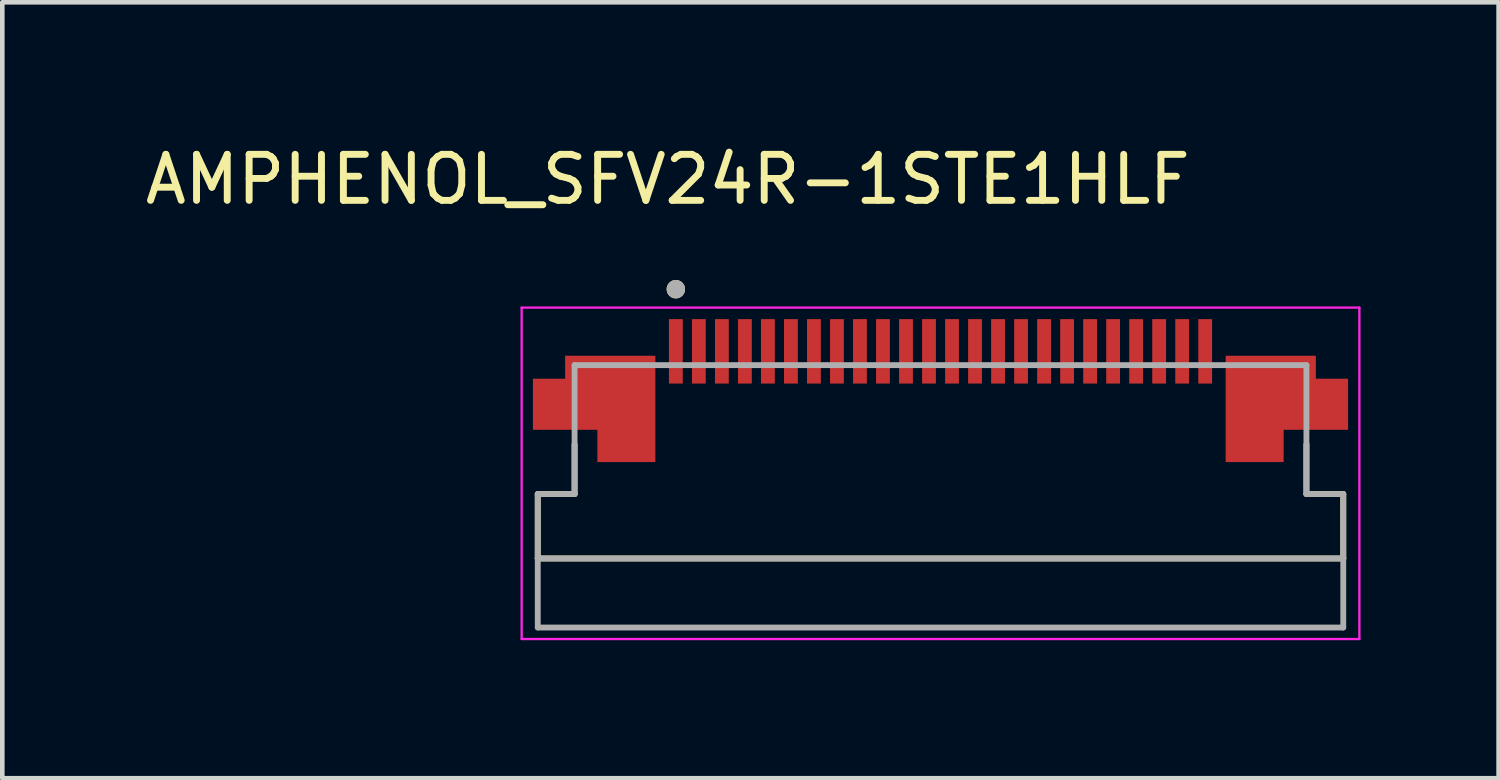
<source format=kicad_pcb>
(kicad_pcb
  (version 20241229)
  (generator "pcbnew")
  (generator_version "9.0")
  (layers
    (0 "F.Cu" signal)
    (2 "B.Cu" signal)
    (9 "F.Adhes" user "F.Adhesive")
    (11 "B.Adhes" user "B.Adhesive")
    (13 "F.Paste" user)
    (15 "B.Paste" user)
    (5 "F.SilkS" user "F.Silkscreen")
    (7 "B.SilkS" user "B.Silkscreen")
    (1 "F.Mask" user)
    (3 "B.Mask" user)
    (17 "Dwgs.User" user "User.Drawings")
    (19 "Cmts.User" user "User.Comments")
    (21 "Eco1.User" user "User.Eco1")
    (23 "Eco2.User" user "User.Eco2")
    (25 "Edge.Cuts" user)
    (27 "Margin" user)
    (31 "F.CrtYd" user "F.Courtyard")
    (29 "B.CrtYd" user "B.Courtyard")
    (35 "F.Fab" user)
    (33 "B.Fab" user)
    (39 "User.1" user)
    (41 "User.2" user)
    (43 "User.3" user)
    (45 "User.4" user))
  (footprint "AMPHENOL_SFV24R-1STE1HLF"
    (layer "F.Cu")
    (at 17.383 6.983)
    (property "Reference" "AMPHENOL_SFV24R-1STE1HLF" (at -5.925 -6.135 0) (layer "F.SilkS") (effects (font (size 1 1) (thickness 0.15))))
    (attr smd)
    (fp_poly (pts (xy -8.25 -2.4) (xy -6.1 -2.4) (xy -6.1 0.1) (xy -7.55 0.1) (xy -7.55 -0.6) (xy -8.95 -0.6) (xy -8.95 -1.9) (xy -8.25 -1.9)) (stroke (width 0.01) (type solid)) (fill yes) (layer "F.Mask"))
    (fp_poly (pts (xy 8.25 -2.4) (xy 6.1 -2.4) (xy 6.1 0.1) (xy 7.55 0.1) (xy 7.55 -0.6) (xy 8.95 -0.6) (xy 8.95 -1.9) (xy 8.25 -1.9)) (stroke (width 0.01) (type solid)) (fill yes) (layer "F.Mask"))
    (fp_line (start -8.75 0.7) (end -8.75 2.1) (stroke (width 0.127) (type solid)) (layer "F.SilkS"))
    (fp_line (start -8.75 2.1) (end 8.75 2.1) (stroke (width 0.127) (type solid)) (layer "F.SilkS"))
    (fp_line (start -7.95 -0.38) (end -7.95 0.7) (stroke (width 0.127) (type solid)) (layer "F.SilkS"))
    (fp_line (start -7.95 0.7) (end -8.75 0.7) (stroke (width 0.127) (type solid)) (layer "F.SilkS"))
    (fp_line (start 7.95 0.7) (end 7.95 -0.38) (stroke (width 0.127) (type solid)) (layer "F.SilkS"))
    (fp_line (start 8.75 0.7) (end 7.95 0.7) (stroke (width 0.127) (type solid)) (layer "F.SilkS"))
    (fp_line (start 8.75 2.1) (end 8.75 0.7) (stroke (width 0.127) (type solid)) (layer "F.SilkS"))
    (fp_circle (center -5.75 -3.75) (end -5.65 -3.75) (stroke (width 0.2) (type solid)) (fill no) (layer "F.SilkS"))
    (fp_poly (pts (xy -8.15 -2.3) (xy -6.2 -2.3) (xy -6.2 0) (xy -7.45 0) (xy -7.45 -0.7) (xy -8.85 -0.7) (xy -8.85 -1.8) (xy -8.15 -1.8)) (stroke (width 0.01) (type solid)) (fill yes) (layer "F.Paste"))
    (fp_poly (pts (xy 8.15 -2.3) (xy 6.2 -2.3) (xy 6.2 0) (xy 7.45 0) (xy 7.45 -0.7) (xy 8.85 -0.7) (xy 8.85 -1.8) (xy 8.15 -1.8)) (stroke (width 0.01) (type solid)) (fill yes) (layer "F.Paste"))
    (fp_line (start -9.1 -3.35) (end 9.1 -3.35) (stroke (width 0.05) (type solid)) (layer "F.CrtYd"))
    (fp_line (start -9.1 3.85) (end -9.1 -3.35) (stroke (width 0.05) (type solid)) (layer "F.CrtYd"))
    (fp_line (start 9.1 -3.35) (end 9.1 3.85) (stroke (width 0.05) (type solid)) (layer "F.CrtYd"))
    (fp_line (start 9.1 3.85) (end -9.1 3.85) (stroke (width 0.05) (type solid)) (layer "F.CrtYd"))
    (fp_line (start -8.75 0.7) (end -7.95 0.7) (stroke (width 0.127) (type solid)) (layer "F.Fab"))
    (fp_line (start -8.75 2.1) (end -8.75 0.7) (stroke (width 0.127) (type solid)) (layer "F.Fab"))
    (fp_line (start -8.75 3.6) (end -8.75 2.1) (stroke (width 0.127) (type solid)) (layer "F.Fab"))
    (fp_line (start -7.95 -2.1) (end 7.95 -2.1) (stroke (width 0.127) (type solid)) (layer "F.Fab"))
    (fp_line (start -7.95 0.7) (end -7.95 -2.1) (stroke (width 0.127) (type solid)) (layer "F.Fab"))
    (fp_line (start 7.95 -2.1) (end 7.95 0.7) (stroke (width 0.127) (type solid)) (layer "F.Fab"))
    (fp_line (start 7.95 0.7) (end 8.75 0.7) (stroke (width 0.127) (type solid)) (layer "F.Fab"))
    (fp_line (start 8.75 0.7) (end 8.75 2.1) (stroke (width 0.127) (type solid)) (layer "F.Fab"))
    (fp_line (start 8.75 2.1) (end -8.75 2.1) (stroke (width 0.127) (type solid)) (layer "F.Fab"))
    (fp_line (start 8.75 2.1) (end 8.75 3.6) (stroke (width 0.127) (type solid)) (layer "F.Fab"))
    (fp_line (start 8.75 3.6) (end -8.75 3.6) (stroke (width 0.127) (type solid)) (layer "F.Fab"))
    (fp_circle (center -5.75 -3.75) (end -5.65 -3.75) (stroke (width 0.2) (type solid)) (fill no) (layer "F.Fab"))
    (pad "1" smd rect (at -5.75 -2.4) (size 0.3 1.4) (layers "F.Cu" "F.Mask" "F.Paste"))
    (pad "2" smd rect (at -5.25 -2.4) (size 0.3 1.4) (layers "F.Cu" "F.Mask" "F.Paste"))
    (pad "3" smd rect (at -4.75 -2.4) (size 0.3 1.4) (layers "F.Cu" "F.Mask" "F.Paste"))
    (pad "4" smd rect (at -4.25 -2.4) (size 0.3 1.4) (layers "F.Cu" "F.Mask" "F.Paste"))
    (pad "5" smd rect (at -3.75 -2.4) (size 0.3 1.4) (layers "F.Cu" "F.Mask" "F.Paste"))
    (pad "6" smd rect (at -3.25 -2.4) (size 0.3 1.4) (layers "F.Cu" "F.Mask" "F.Paste"))
    (pad "7" smd rect (at -2.75 -2.4) (size 0.3 1.4) (layers "F.Cu" "F.Mask" "F.Paste"))
    (pad "8" smd rect (at -2.25 -2.4) (size 0.3 1.4) (layers "F.Cu" "F.Mask" "F.Paste"))
    (pad "9" smd rect (at -1.75 -2.4) (size 0.3 1.4) (layers "F.Cu" "F.Mask" "F.Paste"))
    (pad "10" smd rect (at -1.25 -2.4) (size 0.3 1.4) (layers "F.Cu" "F.Mask" "F.Paste"))
    (pad "11" smd rect (at -0.75 -2.4) (size 0.3 1.4) (layers "F.Cu" "F.Mask" "F.Paste"))
    (pad "12" smd rect (at -0.25 -2.4) (size 0.3 1.4) (layers "F.Cu" "F.Mask" "F.Paste"))
    (pad "13" smd rect (at 0.25 -2.4) (size 0.3 1.4) (layers "F.Cu" "F.Mask" "F.Paste"))
    (pad "14" smd rect (at 0.75 -2.4) (size 0.3 1.4) (layers "F.Cu" "F.Mask" "F.Paste"))
    (pad "15" smd rect (at 1.25 -2.4) (size 0.3 1.4) (layers "F.Cu" "F.Mask" "F.Paste"))
    (pad "16" smd rect (at 1.75 -2.4) (size 0.3 1.4) (layers "F.Cu" "F.Mask" "F.Paste"))
    (pad "17" smd rect (at 2.25 -2.4) (size 0.3 1.4) (layers "F.Cu" "F.Mask" "F.Paste"))
    (pad "18" smd rect (at 2.75 -2.4) (size 0.3 1.4) (layers "F.Cu" "F.Mask" "F.Paste"))
    (pad "19" smd rect (at 3.25 -2.4) (size 0.3 1.4) (layers "F.Cu" "F.Mask" "F.Paste"))
    (pad "20" smd rect (at 3.75 -2.4) (size 0.3 1.4) (layers "F.Cu" "F.Mask" "F.Paste"))
    (pad "21" smd rect (at 4.25 -2.4) (size 0.3 1.4) (layers "F.Cu" "F.Mask" "F.Paste"))
    (pad "22" smd rect (at 4.75 -2.4) (size 0.3 1.4) (layers "F.Cu" "F.Mask" "F.Paste"))
    (pad "23" smd rect (at 5.25 -2.4) (size 0.3 1.4) (layers "F.Cu" "F.Mask" "F.Paste"))
    (pad "24" smd rect (at 5.75 -2.4) (size 0.3 1.4) (layers "F.Cu" "F.Mask" "F.Paste"))
    (pad "SH1" smd custom (at -7.175 -1.5) (size 1 1) (layers "F.Cu") (options (anchor rect)) (primitives (gr_poly (pts (xy -0.975 -0.8) (xy 0.975 -0.8) (xy 0.975 1.5) (xy -0.275 1.5) (xy -0.275 0.8) (xy -1.675 0.8) (xy -1.675 -0.3) (xy -0.975 -0.3)) (width 0.01) (fill yes))))
    (pad "SH2" smd custom (at 7.175 -1.5) (size 1 1) (layers "F.Cu") (options (anchor rect)) (primitives (gr_poly (pts (xy 0.975 -0.8) (xy -0.975 -0.8) (xy -0.975 1.5) (xy 0.275 1.5) (xy 0.275 0.8) (xy 1.675 0.8) (xy 1.675 -0.3) (xy 0.975 -0.3)) (width 0.01) (fill yes)))))
  (gr_rect
    (start -3 -3)
    (end 29.508 13.858)
    (stroke (width 0.1) (type default))
    (fill no)
    (layer "Edge.Cuts")))
</source>
